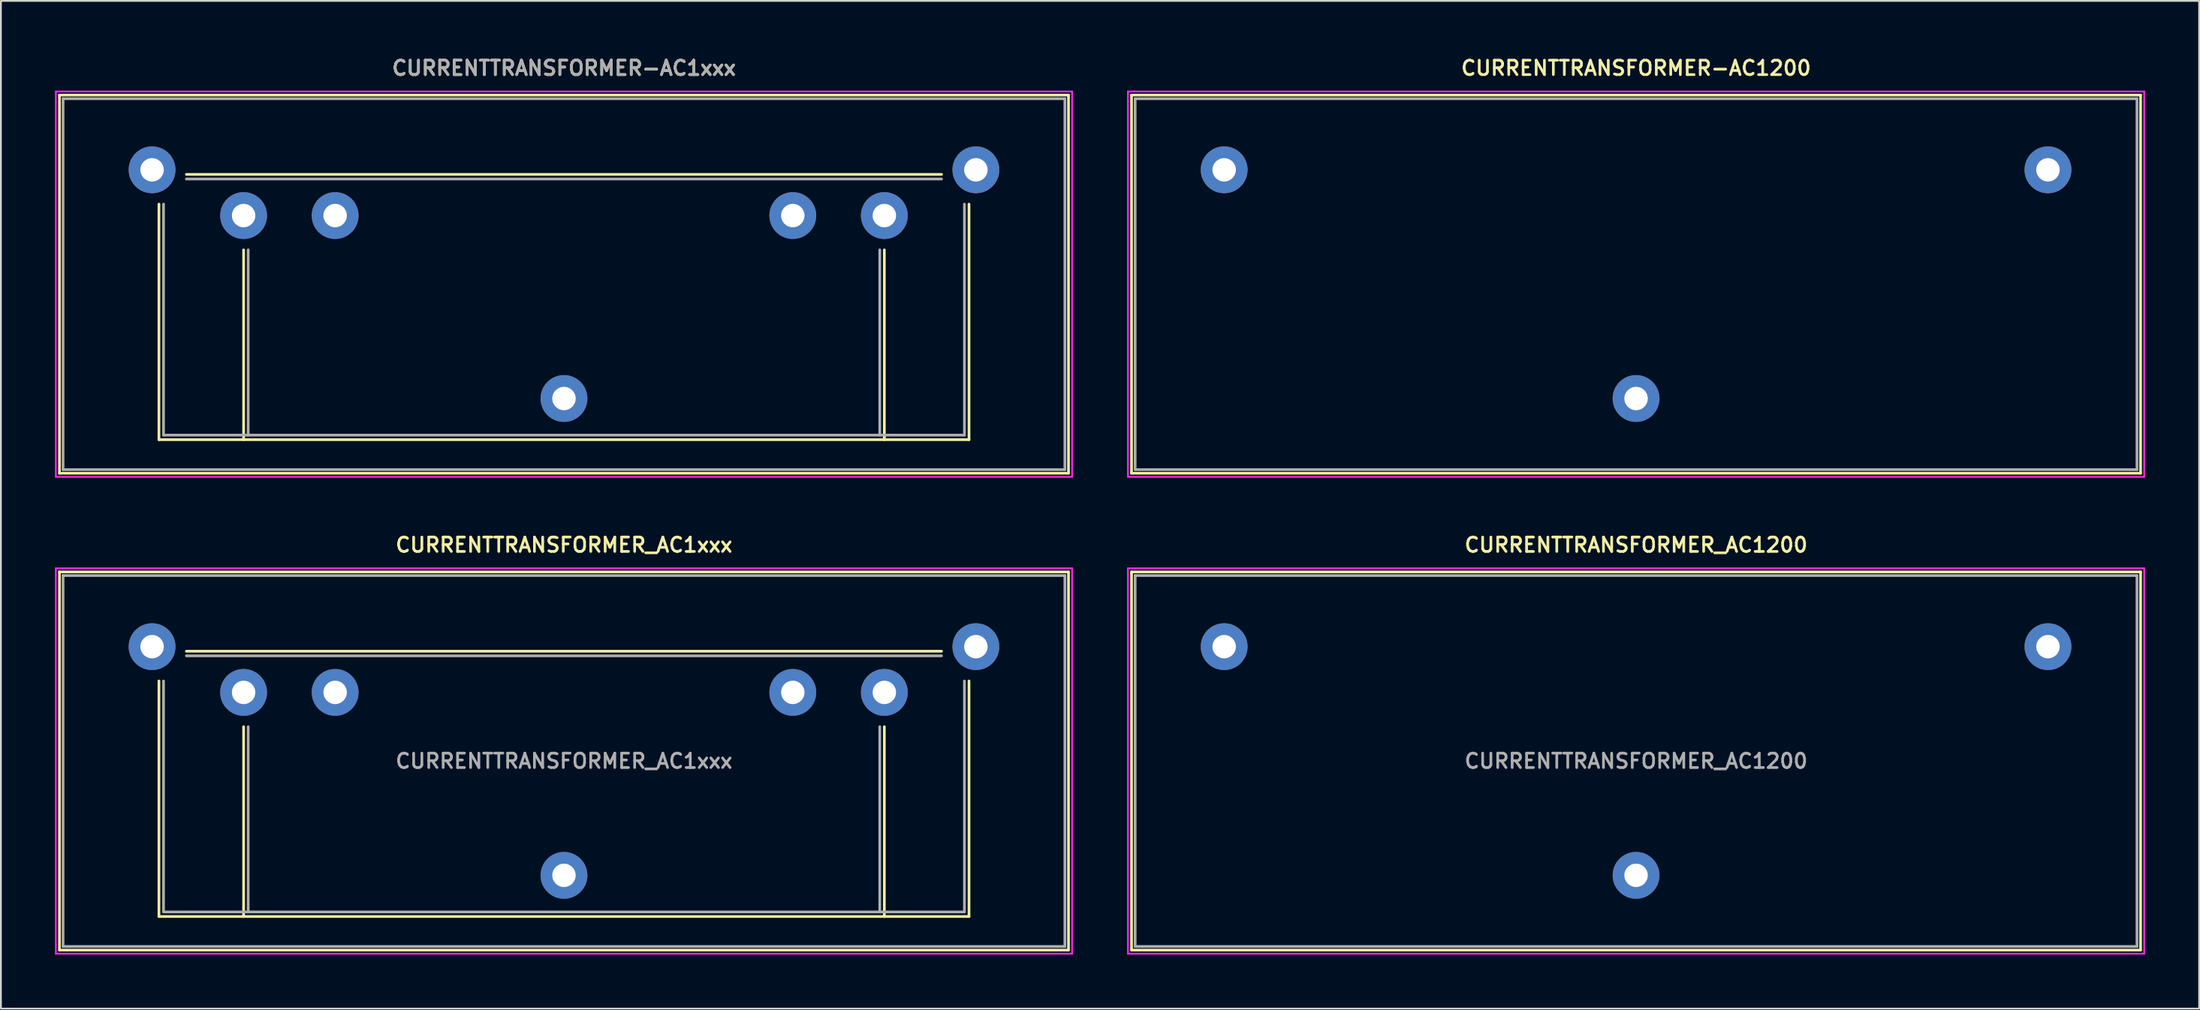
<source format=kicad_pcb>
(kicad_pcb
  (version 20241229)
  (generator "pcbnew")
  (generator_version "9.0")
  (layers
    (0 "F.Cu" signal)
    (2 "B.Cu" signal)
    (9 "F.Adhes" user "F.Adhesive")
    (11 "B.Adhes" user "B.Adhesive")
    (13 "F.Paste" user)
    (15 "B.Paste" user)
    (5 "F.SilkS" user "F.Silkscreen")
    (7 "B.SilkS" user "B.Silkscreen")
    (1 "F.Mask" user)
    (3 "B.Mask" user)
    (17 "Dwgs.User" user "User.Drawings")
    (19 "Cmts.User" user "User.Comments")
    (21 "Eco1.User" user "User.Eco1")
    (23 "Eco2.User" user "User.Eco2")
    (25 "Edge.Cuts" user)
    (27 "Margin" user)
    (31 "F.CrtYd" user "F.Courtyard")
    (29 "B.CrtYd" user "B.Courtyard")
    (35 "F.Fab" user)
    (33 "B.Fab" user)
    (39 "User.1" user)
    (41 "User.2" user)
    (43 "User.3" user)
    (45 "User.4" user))
  (footprint "CURRENTTRANSFORMER-AC1xxx"
    (layer "F.Cu")
    (at 28.25 12.731)
    (property "Reference" "CURRENTTRANSFORMER-AC1xxx" (at 0 -12 0) (layer "F.SilkS") (effects (font (size 0.8 0.8) (thickness 0.15))))
    (attr through_hole)
    (fp_line (start -28 -10.5) (end 28 -10.5) (stroke (width 0.15) (type solid)) (layer "F.SilkS"))
    (fp_line (start -28 10.5) (end -28 -10.5) (stroke (width 0.15) (type solid)) (layer "F.SilkS"))
    (fp_line (start -22.479 8.636) (end -22.479 -4.445) (stroke (width 0.15) (type solid)) (layer "F.SilkS"))
    (fp_line (start -20.955 -6.096) (end 20.955 -6.096) (stroke (width 0.15) (type solid)) (layer "F.SilkS"))
    (fp_line (start -17.78 -1.905) (end -17.78 8.636) (stroke (width 0.15) (type solid)) (layer "F.SilkS"))
    (fp_line (start 17.78 8.636) (end 17.78 -1.905) (stroke (width 0.15) (type solid)) (layer "F.SilkS"))
    (fp_line (start 22.479 -4.445) (end 22.479 8.636) (stroke (width 0.15) (type solid)) (layer "F.SilkS"))
    (fp_line (start 22.479 8.636) (end -22.479 8.636) (stroke (width 0.15) (type solid)) (layer "F.SilkS"))
    (fp_line (start 28 -10.5) (end 28 10.5) (stroke (width 0.15) (type solid)) (layer "F.SilkS"))
    (fp_line (start 28 10.5) (end -28 10.5) (stroke (width 0.15) (type solid)) (layer "F.SilkS"))
    (fp_line (start -28.2 -10.7) (end -28.2 10.7) (stroke (width 0.1) (type solid)) (layer "F.CrtYd"))
    (fp_line (start -28.2 10.7) (end 28.2 10.7) (stroke (width 0.1) (type solid)) (layer "F.CrtYd"))
    (fp_line (start 28.2 -10.7) (end -28.2 -10.7) (stroke (width 0.1) (type solid)) (layer "F.CrtYd"))
    (fp_line (start 28.2 10.7) (end 28.2 -10.7) (stroke (width 0.1) (type solid)) (layer "F.CrtYd"))
    (fp_line (start -27.8 -10.3) (end -27.8 10.3) (stroke (width 0.15) (type solid)) (layer "F.Fab"))
    (fp_line (start -27.8 10.3) (end 27.8 10.3) (stroke (width 0.15) (type solid)) (layer "F.Fab"))
    (fp_line (start -22.225 -4.445) (end -22.225 8.382) (stroke (width 0.15) (type solid)) (layer "F.Fab"))
    (fp_line (start -22.225 8.382) (end 22.225 8.382) (stroke (width 0.15) (type solid)) (layer "F.Fab"))
    (fp_line (start -20.955 -5.842) (end 20.955 -5.842) (stroke (width 0.15) (type solid)) (layer "F.Fab"))
    (fp_line (start -17.526 -1.905) (end -17.526 8.382) (stroke (width 0.15) (type solid)) (layer "F.Fab"))
    (fp_line (start 17.526 8.382) (end 17.526 -1.905) (stroke (width 0.15) (type solid)) (layer "F.Fab"))
    (fp_line (start 22.225 8.382) (end 22.225 -4.445) (stroke (width 0.15) (type solid)) (layer "F.Fab"))
    (fp_line (start 27.8 -10.3) (end -27.8 -10.3) (stroke (width 0.15) (type solid)) (layer "F.Fab"))
    (fp_line (start 27.8 10.3) (end 27.8 -10.3) (stroke (width 0.15) (type solid)) (layer "F.Fab"))
    (fp_text user "${REFERENCE}" (at 0 -12 0) (layer "F.Fab") (effects (font (size 0.8 0.8) (thickness 0.15))))
    (pad "1" thru_hole circle (at -22.86 -6.35) (size 2.6 2.6) (drill 1.3) (layers "*.Cu" "*.Mask"))
    (pad "1" thru_hole circle (at -17.78 -3.81) (size 2.6 2.6) (drill 1.3) (layers "*.Cu" "*.Mask"))
    (pad "1" thru_hole circle (at -12.7 -3.81) (size 2.6 2.6) (drill 1.3) (layers "*.Cu" "*.Mask"))
    (pad "2" thru_hole circle (at 12.7 -3.81) (size 2.6 2.6) (drill 1.3) (layers "*.Cu" "*.Mask"))
    (pad "2" thru_hole circle (at 17.78 -3.81) (size 2.6 2.6) (drill 1.3) (layers "*.Cu" "*.Mask"))
    (pad "2" thru_hole circle (at 22.86 -6.35) (size 2.6 2.6) (drill 1.3) (layers "*.Cu" "*.Mask"))
    (pad "3" thru_hole circle (at 0 6.35) (size 2.6 2.6) (drill 1.3) (layers "*.Cu" "*.Mask")))
  (footprint "CURRENTTRANSFORMER_AC1xxx"
    (layer "F.Cu")
    (at 28.25 39.212)
    (property "Reference" "CURRENTTRANSFORMER_AC1xxx" (at 0 -12 0) (layer "F.SilkS") (effects (font (size 0.8 0.8) (thickness 0.15))))
    (attr through_hole)
    (fp_line (start -28 -10.5) (end 28 -10.5) (stroke (width 0.15) (type solid)) (layer "F.SilkS"))
    (fp_line (start -28 10.5) (end -28 -10.5) (stroke (width 0.15) (type solid)) (layer "F.SilkS"))
    (fp_line (start -22.479 8.636) (end -22.479 -4.445) (stroke (width 0.15) (type solid)) (layer "F.SilkS"))
    (fp_line (start -20.955 -6.096) (end 20.955 -6.096) (stroke (width 0.15) (type solid)) (layer "F.SilkS"))
    (fp_line (start -17.78 -1.905) (end -17.78 8.636) (stroke (width 0.15) (type solid)) (layer "F.SilkS"))
    (fp_line (start 17.78 8.636) (end 17.78 -1.905) (stroke (width 0.15) (type solid)) (layer "F.SilkS"))
    (fp_line (start 22.479 -4.445) (end 22.479 8.636) (stroke (width 0.15) (type solid)) (layer "F.SilkS"))
    (fp_line (start 22.479 8.636) (end -22.479 8.636) (stroke (width 0.15) (type solid)) (layer "F.SilkS"))
    (fp_line (start 28 -10.5) (end 28 10.5) (stroke (width 0.15) (type solid)) (layer "F.SilkS"))
    (fp_line (start 28 10.5) (end -28 10.5) (stroke (width 0.15) (type solid)) (layer "F.SilkS"))
    (fp_line (start -28.2 -10.7) (end -28.2 10.7) (stroke (width 0.1) (type solid)) (layer "F.CrtYd"))
    (fp_line (start -28.2 10.7) (end 28.2 10.7) (stroke (width 0.1) (type solid)) (layer "F.CrtYd"))
    (fp_line (start 28.2 -10.7) (end -28.2 -10.7) (stroke (width 0.1) (type solid)) (layer "F.CrtYd"))
    (fp_line (start 28.2 10.7) (end 28.2 -10.7) (stroke (width 0.1) (type solid)) (layer "F.CrtYd"))
    (fp_line (start -27.8 -10.3) (end -27.8 10.3) (stroke (width 0.15) (type solid)) (layer "F.Fab"))
    (fp_line (start -27.8 10.3) (end 27.8 10.3) (stroke (width 0.15) (type solid)) (layer "F.Fab"))
    (fp_line (start -22.225 -4.445) (end -22.225 8.382) (stroke (width 0.15) (type solid)) (layer "F.Fab"))
    (fp_line (start -22.225 8.382) (end 22.225 8.382) (stroke (width 0.15) (type solid)) (layer "F.Fab"))
    (fp_line (start -20.955 -5.842) (end 20.955 -5.842) (stroke (width 0.15) (type solid)) (layer "F.Fab"))
    (fp_line (start -17.526 -1.905) (end -17.526 8.382) (stroke (width 0.15) (type solid)) (layer "F.Fab"))
    (fp_line (start 17.526 8.382) (end 17.526 -1.905) (stroke (width 0.15) (type solid)) (layer "F.Fab"))
    (fp_line (start 22.225 8.382) (end 22.225 -4.445) (stroke (width 0.15) (type solid)) (layer "F.Fab"))
    (fp_line (start 27.8 -10.3) (end -27.8 -10.3) (stroke (width 0.15) (type solid)) (layer "F.Fab"))
    (fp_line (start 27.8 10.3) (end 27.8 -10.3) (stroke (width 0.15) (type solid)) (layer "F.Fab"))
    (fp_text user "${REFERENCE}" (at 0 0 0) (layer "F.Fab") (effects (font (size 0.8 0.8) (thickness 0.15))))
    (pad "1" thru_hole circle (at -22.86 -6.35) (size 2.6 2.6) (drill 1.3) (layers "*.Cu" "*.Mask"))
    (pad "1" thru_hole circle (at -17.78 -3.81) (size 2.6 2.6) (drill 1.3) (layers "*.Cu" "*.Mask"))
    (pad "1" thru_hole circle (at -12.7 -3.81) (size 2.6 2.6) (drill 1.3) (layers "*.Cu" "*.Mask"))
    (pad "2" thru_hole circle (at 12.7 -3.81) (size 2.6 2.6) (drill 1.3) (layers "*.Cu" "*.Mask"))
    (pad "2" thru_hole circle (at 17.78 -3.81) (size 2.6 2.6) (drill 1.3) (layers "*.Cu" "*.Mask"))
    (pad "2" thru_hole circle (at 22.86 -6.35) (size 2.6 2.6) (drill 1.3) (layers "*.Cu" "*.Mask"))
    (pad "3" thru_hole circle (at 0 6.35) (size 2.6 2.6) (drill 1.3) (layers "*.Cu" "*.Mask")))
  (footprint "CURRENTTRANSFORMER-AC1200"
    (layer "F.Cu")
    (at 87.75 12.731)
    (property "Reference" "CURRENTTRANSFORMER-AC1200" (at 0 -12 0) (layer "F.SilkS") (effects (font (size 0.8 0.8) (thickness 0.15))))
    (attr through_hole)
    (fp_line (start -28 -10.5) (end 28 -10.5) (stroke (width 0.15) (type solid)) (layer "F.SilkS"))
    (fp_line (start -28 10.5) (end -28 -10.5) (stroke (width 0.15) (type solid)) (layer "F.SilkS"))
    (fp_line (start 28 -10.5) (end 28 10.5) (stroke (width 0.15) (type solid)) (layer "F.SilkS"))
    (fp_line (start 28 10.5) (end -28 10.5) (stroke (width 0.15) (type solid)) (layer "F.SilkS"))
    (fp_line (start -28.2 -10.7) (end -28.2 10.7) (stroke (width 0.1) (type solid)) (layer "F.CrtYd"))
    (fp_line (start -28.2 10.7) (end 28.2 10.7) (stroke (width 0.1) (type solid)) (layer "F.CrtYd"))
    (fp_line (start 28.2 -10.7) (end -28.2 -10.7) (stroke (width 0.1) (type solid)) (layer "F.CrtYd"))
    (fp_line (start 28.2 10.7) (end 28.2 -10.7) (stroke (width 0.1) (type solid)) (layer "F.CrtYd"))
    (fp_line (start -27.8 -10.3) (end -27.8 10.3) (stroke (width 0.15) (type solid)) (layer "F.Fab"))
    (fp_line (start -27.8 10.3) (end 27.8 10.3) (stroke (width 0.15) (type solid)) (layer "F.Fab"))
    (fp_line (start 27.8 -10.3) (end -27.8 -10.3) (stroke (width 0.15) (type solid)) (layer "F.Fab"))
    (fp_line (start 27.8 10.3) (end 27.8 -10.3) (stroke (width 0.15) (type solid)) (layer "F.Fab"))
    (pad "1" thru_hole circle (at -22.86 -6.35) (size 2.6 2.6) (drill 1.3) (layers "*.Cu" "*.Mask"))
    (pad "2" thru_hole circle (at 0 6.35) (size 2.6 2.6) (drill 1.3) (layers "*.Cu" "*.Mask"))
    (pad "3" thru_hole circle (at 22.86 -6.35) (size 2.6 2.6) (drill 1.3) (layers "*.Cu" "*.Mask")))
  (footprint "CURRENTTRANSFORMER_AC1200"
    (layer "F.Cu")
    (at 87.75 39.212)
    (property "Reference" "CURRENTTRANSFORMER_AC1200" (at 0 -12 0) (layer "F.SilkS") (effects (font (size 0.8 0.8) (thickness 0.15))))
    (attr through_hole)
    (fp_line (start -28 -10.5) (end 28 -10.5) (stroke (width 0.15) (type solid)) (layer "F.SilkS"))
    (fp_line (start -28 10.5) (end -28 -10.5) (stroke (width 0.15) (type solid)) (layer "F.SilkS"))
    (fp_line (start 28 -10.5) (end 28 10.5) (stroke (width 0.15) (type solid)) (layer "F.SilkS"))
    (fp_line (start 28 10.5) (end -28 10.5) (stroke (width 0.15) (type solid)) (layer "F.SilkS"))
    (fp_line (start -28.2 -10.7) (end -28.2 10.7) (stroke (width 0.1) (type solid)) (layer "F.CrtYd"))
    (fp_line (start -28.2 10.7) (end 28.2 10.7) (stroke (width 0.1) (type solid)) (layer "F.CrtYd"))
    (fp_line (start 28.2 -10.7) (end -28.2 -10.7) (stroke (width 0.1) (type solid)) (layer "F.CrtYd"))
    (fp_line (start 28.2 10.7) (end 28.2 -10.7) (stroke (width 0.1) (type solid)) (layer "F.CrtYd"))
    (fp_line (start -27.8 -10.3) (end -27.8 10.3) (stroke (width 0.15) (type solid)) (layer "F.Fab"))
    (fp_line (start -27.8 10.3) (end 27.8 10.3) (stroke (width 0.15) (type solid)) (layer "F.Fab"))
    (fp_line (start 27.8 -10.3) (end -27.8 -10.3) (stroke (width 0.15) (type solid)) (layer "F.Fab"))
    (fp_line (start 27.8 10.3) (end 27.8 -10.3) (stroke (width 0.15) (type solid)) (layer "F.Fab"))
    (fp_text user "${REFERENCE}" (at 0 0 0) (layer "F.Fab") (effects (font (size 0.8 0.8) (thickness 0.15))))
    (pad "1" thru_hole circle (at -22.86 -6.35) (size 2.6 2.6) (drill 1.3) (layers "*.Cu" "*.Mask"))
    (pad "2" thru_hole circle (at 22.86 -6.35) (size 2.6 2.6) (drill 1.3) (layers "*.Cu" "*.Mask"))
    (pad "3" thru_hole circle (at 0 6.35) (size 2.6 2.6) (drill 1.3) (layers "*.Cu" "*.Mask")))
  (gr_rect
    (start -3 -3)
    (end 119 52.962)
    (stroke (width 0.1) (type default))
    (fill no)
    (layer "Edge.Cuts")))
</source>
